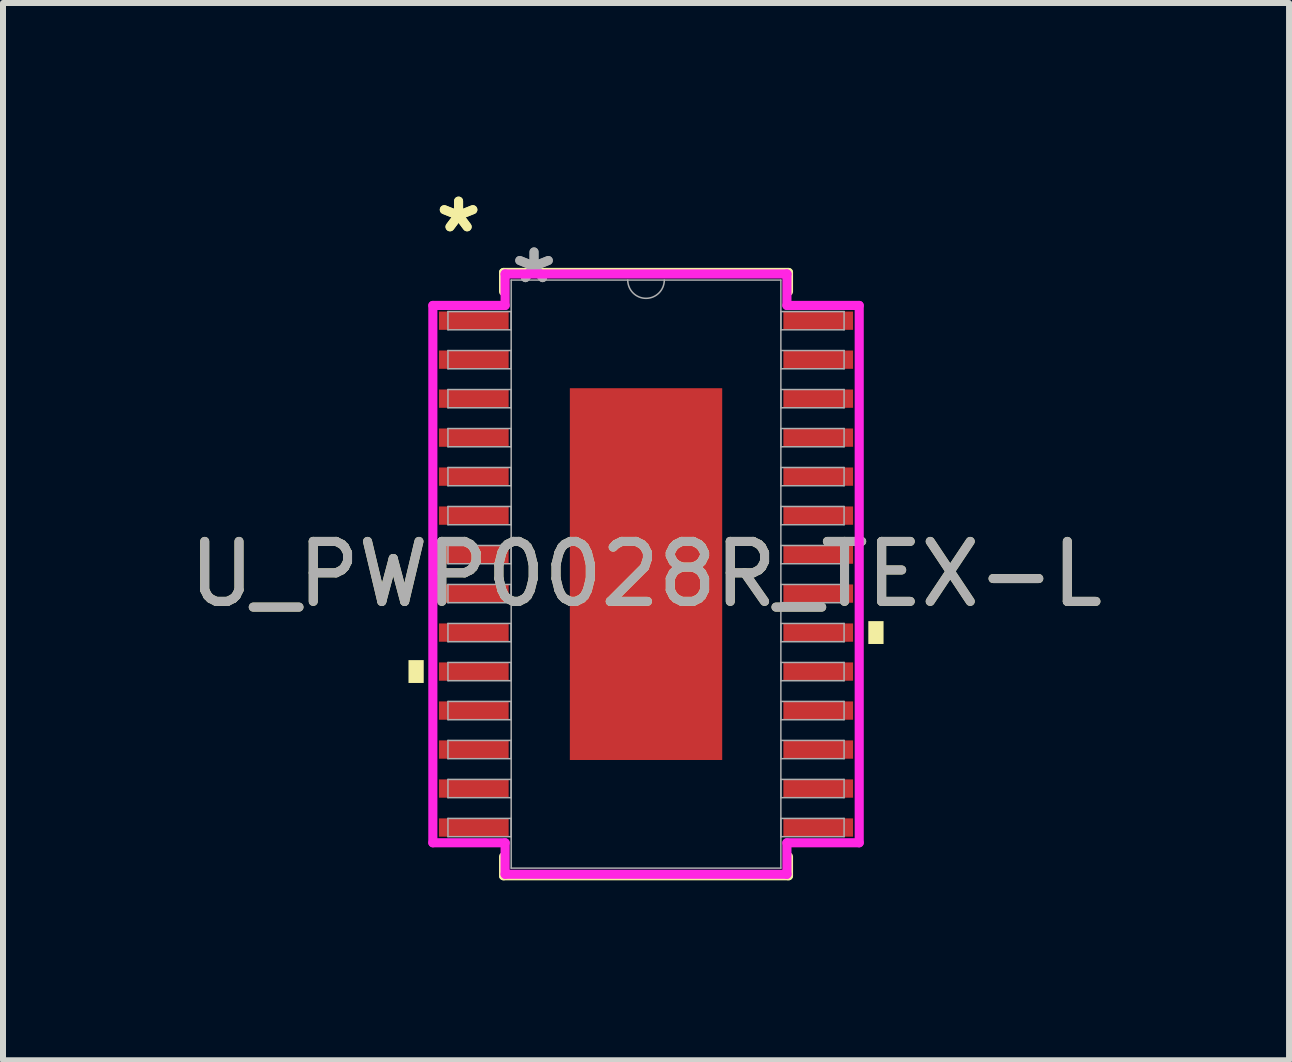
<source format=kicad_pcb>
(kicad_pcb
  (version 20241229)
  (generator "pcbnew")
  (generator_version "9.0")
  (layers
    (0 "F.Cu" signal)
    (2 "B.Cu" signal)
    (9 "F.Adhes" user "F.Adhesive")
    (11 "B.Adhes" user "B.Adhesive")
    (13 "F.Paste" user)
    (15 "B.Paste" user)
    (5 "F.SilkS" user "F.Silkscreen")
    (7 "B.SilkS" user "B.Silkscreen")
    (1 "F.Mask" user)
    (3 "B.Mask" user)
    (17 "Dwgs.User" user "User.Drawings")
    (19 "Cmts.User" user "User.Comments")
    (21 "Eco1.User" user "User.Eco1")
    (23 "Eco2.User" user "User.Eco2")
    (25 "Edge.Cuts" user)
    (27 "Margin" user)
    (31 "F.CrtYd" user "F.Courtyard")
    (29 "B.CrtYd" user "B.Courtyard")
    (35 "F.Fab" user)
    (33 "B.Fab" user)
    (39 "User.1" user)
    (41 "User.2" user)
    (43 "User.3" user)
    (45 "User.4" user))
  (footprint "U_PWP0028R_TEX-L"
    (layer "F.Cu")
    (at 7.72 6.521)
    (property "Reference" "U_PWP0028R_TEX-L" (at 0 0 0) (unlocked yes) (layer "F.SilkS") (effects (font (size 1 1) (thickness 0.15))))
    (attr smd)
    (fp_line (start -2.375 -5.029) (end -2.375 -4.71) (stroke (width 0.152) (type solid)) (layer "F.SilkS"))
    (fp_line (start -2.375 4.71) (end -2.375 5.029) (stroke (width 0.152) (type solid)) (layer "F.SilkS"))
    (fp_line (start -2.375 5.029) (end 2.375 5.029) (stroke (width 0.152) (type solid)) (layer "F.SilkS"))
    (fp_line (start 2.375 -5.029) (end -2.375 -5.029) (stroke (width 0.152) (type solid)) (layer "F.SilkS"))
    (fp_line (start 2.375 -4.71) (end 2.375 -5.029) (stroke (width 0.152) (type solid)) (layer "F.SilkS"))
    (fp_line (start 2.375 5.029) (end 2.375 4.71) (stroke (width 0.152) (type solid)) (layer "F.SilkS"))
    (fp_poly (pts (xy -3.96 1.434) (xy -3.96 1.815) (xy -3.706 1.815) (xy -3.706 1.434)) (stroke (width 0) (type solid)) (fill yes) (layer "F.SilkS"))
    (fp_poly (pts (xy 3.96 0.784) (xy 3.96 1.165) (xy 3.706 1.165) (xy 3.706 0.784)) (stroke (width 0) (type solid)) (fill yes) (layer "F.SilkS"))
    (fp_poly (pts (xy -1.17 -2.999) (xy -1.17 -1.649) (xy -0.1 -1.649) (xy -0.1 -2.999)) (stroke (width 0) (type solid)) (fill yes) (layer "F.Paste"))
    (fp_poly (pts (xy -1.17 -1.449) (xy -1.17 -0.1) (xy -0.1 -0.1) (xy -0.1 -1.449)) (stroke (width 0) (type solid)) (fill yes) (layer "F.Paste"))
    (fp_poly (pts (xy -1.17 0.1) (xy -1.17 1.449) (xy -0.1 1.449) (xy -0.1 0.1)) (stroke (width 0) (type solid)) (fill yes) (layer "F.Paste"))
    (fp_poly (pts (xy -1.17 1.649) (xy -1.17 2.999) (xy -0.1 2.999) (xy -0.1 1.649)) (stroke (width 0) (type solid)) (fill yes) (layer "F.Paste"))
    (fp_poly (pts (xy 0.1 -2.999) (xy 0.1 -1.649) (xy 1.17 -1.649) (xy 1.17 -2.999)) (stroke (width 0) (type solid)) (fill yes) (layer "F.Paste"))
    (fp_poly (pts (xy 0.1 -1.449) (xy 0.1 -0.1) (xy 1.17 -0.1) (xy 1.17 -1.449)) (stroke (width 0) (type solid)) (fill yes) (layer "F.Paste"))
    (fp_poly (pts (xy 0.1 0.1) (xy 0.1 1.449) (xy 1.17 1.449) (xy 1.17 0.1)) (stroke (width 0) (type solid)) (fill yes) (layer "F.Paste"))
    (fp_poly (pts (xy 0.1 1.649) (xy 0.1 2.999) (xy 1.17 2.999) (xy 1.17 1.649)) (stroke (width 0) (type solid)) (fill yes) (layer "F.Paste"))
    (fp_line (start -3.554 -4.479) (end -2.349 -4.479) (stroke (width 0.152) (type solid)) (layer "F.CrtYd"))
    (fp_line (start -3.554 4.479) (end -3.554 -4.479) (stroke (width 0.152) (type solid)) (layer "F.CrtYd"))
    (fp_line (start -3.554 4.479) (end -2.349 4.479) (stroke (width 0.152) (type solid)) (layer "F.CrtYd"))
    (fp_line (start -2.349 -5.004) (end 2.349 -5.004) (stroke (width 0.152) (type solid)) (layer "F.CrtYd"))
    (fp_line (start -2.349 -4.479) (end -2.349 -5.004) (stroke (width 0.152) (type solid)) (layer "F.CrtYd"))
    (fp_line (start -2.349 5.004) (end -2.349 4.479) (stroke (width 0.152) (type solid)) (layer "F.CrtYd"))
    (fp_line (start 2.349 -5.004) (end 2.349 -4.479) (stroke (width 0.152) (type solid)) (layer "F.CrtYd"))
    (fp_line (start 2.349 4.479) (end 2.349 5.004) (stroke (width 0.152) (type solid)) (layer "F.CrtYd"))
    (fp_line (start 2.349 5.004) (end -2.349 5.004) (stroke (width 0.152) (type solid)) (layer "F.CrtYd"))
    (fp_line (start 3.554 -4.479) (end 2.349 -4.479) (stroke (width 0.152) (type solid)) (layer "F.CrtYd"))
    (fp_line (start 3.554 -4.479) (end 3.554 4.479) (stroke (width 0.152) (type solid)) (layer "F.CrtYd"))
    (fp_line (start 3.554 4.479) (end 2.349 4.479) (stroke (width 0.152) (type solid)) (layer "F.CrtYd"))
    (fp_line (start -3.302 -4.377) (end -3.302 -4.073) (stroke (width 0.025) (type solid)) (layer "F.Fab"))
    (fp_line (start -3.302 -4.073) (end -2.248 -4.073) (stroke (width 0.025) (type solid)) (layer "F.Fab"))
    (fp_line (start -3.302 -3.727) (end -3.302 -3.423) (stroke (width 0.025) (type solid)) (layer "F.Fab"))
    (fp_line (start -3.302 -3.423) (end -2.248 -3.423) (stroke (width 0.025) (type solid)) (layer "F.Fab"))
    (fp_line (start -3.302 -3.077) (end -3.302 -2.773) (stroke (width 0.025) (type solid)) (layer "F.Fab"))
    (fp_line (start -3.302 -2.773) (end -2.248 -2.773) (stroke (width 0.025) (type solid)) (layer "F.Fab"))
    (fp_line (start -3.302 -2.427) (end -3.302 -2.123) (stroke (width 0.025) (type solid)) (layer "F.Fab"))
    (fp_line (start -3.302 -2.123) (end -2.248 -2.123) (stroke (width 0.025) (type solid)) (layer "F.Fab"))
    (fp_line (start -3.302 -1.777) (end -3.302 -1.473) (stroke (width 0.025) (type solid)) (layer "F.Fab"))
    (fp_line (start -3.302 -1.473) (end -2.248 -1.473) (stroke (width 0.025) (type solid)) (layer "F.Fab"))
    (fp_line (start -3.302 -1.127) (end -3.302 -0.823) (stroke (width 0.025) (type solid)) (layer "F.Fab"))
    (fp_line (start -3.302 -0.823) (end -2.248 -0.823) (stroke (width 0.025) (type solid)) (layer "F.Fab"))
    (fp_line (start -3.302 -0.477) (end -3.302 -0.173) (stroke (width 0.025) (type solid)) (layer "F.Fab"))
    (fp_line (start -3.302 -0.173) (end -2.248 -0.173) (stroke (width 0.025) (type solid)) (layer "F.Fab"))
    (fp_line (start -3.302 0.173) (end -3.302 0.477) (stroke (width 0.025) (type solid)) (layer "F.Fab"))
    (fp_line (start -3.302 0.477) (end -2.248 0.477) (stroke (width 0.025) (type solid)) (layer "F.Fab"))
    (fp_line (start -3.302 0.823) (end -3.302 1.127) (stroke (width 0.025) (type solid)) (layer "F.Fab"))
    (fp_line (start -3.302 1.127) (end -2.248 1.127) (stroke (width 0.025) (type solid)) (layer "F.Fab"))
    (fp_line (start -3.302 1.473) (end -3.302 1.777) (stroke (width 0.025) (type solid)) (layer "F.Fab"))
    (fp_line (start -3.302 1.777) (end -2.248 1.777) (stroke (width 0.025) (type solid)) (layer "F.Fab"))
    (fp_line (start -3.302 2.123) (end -3.302 2.427) (stroke (width 0.025) (type solid)) (layer "F.Fab"))
    (fp_line (start -3.302 2.427) (end -2.248 2.427) (stroke (width 0.025) (type solid)) (layer "F.Fab"))
    (fp_line (start -3.302 2.773) (end -3.302 3.077) (stroke (width 0.025) (type solid)) (layer "F.Fab"))
    (fp_line (start -3.302 3.077) (end -2.248 3.077) (stroke (width 0.025) (type solid)) (layer "F.Fab"))
    (fp_line (start -3.302 3.423) (end -3.302 3.727) (stroke (width 0.025) (type solid)) (layer "F.Fab"))
    (fp_line (start -3.302 3.727) (end -2.248 3.727) (stroke (width 0.025) (type solid)) (layer "F.Fab"))
    (fp_line (start -3.302 4.073) (end -3.302 4.377) (stroke (width 0.025) (type solid)) (layer "F.Fab"))
    (fp_line (start -3.302 4.377) (end -2.248 4.377) (stroke (width 0.025) (type solid)) (layer "F.Fab"))
    (fp_line (start -2.248 -4.902) (end -2.248 4.902) (stroke (width 0.025) (type solid)) (layer "F.Fab"))
    (fp_line (start -2.248 -4.377) (end -3.302 -4.377) (stroke (width 0.025) (type solid)) (layer "F.Fab"))
    (fp_line (start -2.248 -4.073) (end -2.248 -4.377) (stroke (width 0.025) (type solid)) (layer "F.Fab"))
    (fp_line (start -2.248 -3.727) (end -3.302 -3.727) (stroke (width 0.025) (type solid)) (layer "F.Fab"))
    (fp_line (start -2.248 -3.423) (end -2.248 -3.727) (stroke (width 0.025) (type solid)) (layer "F.Fab"))
    (fp_line (start -2.248 -3.077) (end -3.302 -3.077) (stroke (width 0.025) (type solid)) (layer "F.Fab"))
    (fp_line (start -2.248 -2.773) (end -2.248 -3.077) (stroke (width 0.025) (type solid)) (layer "F.Fab"))
    (fp_line (start -2.248 -2.427) (end -3.302 -2.427) (stroke (width 0.025) (type solid)) (layer "F.Fab"))
    (fp_line (start -2.248 -2.123) (end -2.248 -2.427) (stroke (width 0.025) (type solid)) (layer "F.Fab"))
    (fp_line (start -2.248 -1.777) (end -3.302 -1.777) (stroke (width 0.025) (type solid)) (layer "F.Fab"))
    (fp_line (start -2.248 -1.473) (end -2.248 -1.777) (stroke (width 0.025) (type solid)) (layer "F.Fab"))
    (fp_line (start -2.248 -1.127) (end -3.302 -1.127) (stroke (width 0.025) (type solid)) (layer "F.Fab"))
    (fp_line (start -2.248 -0.823) (end -2.248 -1.127) (stroke (width 0.025) (type solid)) (layer "F.Fab"))
    (fp_line (start -2.248 -0.477) (end -3.302 -0.477) (stroke (width 0.025) (type solid)) (layer "F.Fab"))
    (fp_line (start -2.248 -0.173) (end -2.248 -0.477) (stroke (width 0.025) (type solid)) (layer "F.Fab"))
    (fp_line (start -2.248 0.173) (end -3.302 0.173) (stroke (width 0.025) (type solid)) (layer "F.Fab"))
    (fp_line (start -2.248 0.477) (end -2.248 0.173) (stroke (width 0.025) (type solid)) (layer "F.Fab"))
    (fp_line (start -2.248 0.823) (end -3.302 0.823) (stroke (width 0.025) (type solid)) (layer "F.Fab"))
    (fp_line (start -2.248 1.127) (end -2.248 0.823) (stroke (width 0.025) (type solid)) (layer "F.Fab"))
    (fp_line (start -2.248 1.473) (end -3.302 1.473) (stroke (width 0.025) (type solid)) (layer "F.Fab"))
    (fp_line (start -2.248 1.777) (end -2.248 1.473) (stroke (width 0.025) (type solid)) (layer "F.Fab"))
    (fp_line (start -2.248 2.123) (end -3.302 2.123) (stroke (width 0.025) (type solid)) (layer "F.Fab"))
    (fp_line (start -2.248 2.427) (end -2.248 2.123) (stroke (width 0.025) (type solid)) (layer "F.Fab"))
    (fp_line (start -2.248 2.773) (end -3.302 2.773) (stroke (width 0.025) (type solid)) (layer "F.Fab"))
    (fp_line (start -2.248 3.077) (end -2.248 2.773) (stroke (width 0.025) (type solid)) (layer "F.Fab"))
    (fp_line (start -2.248 3.423) (end -3.302 3.423) (stroke (width 0.025) (type solid)) (layer "F.Fab"))
    (fp_line (start -2.248 3.727) (end -2.248 3.423) (stroke (width 0.025) (type solid)) (layer "F.Fab"))
    (fp_line (start -2.248 4.073) (end -3.302 4.073) (stroke (width 0.025) (type solid)) (layer "F.Fab"))
    (fp_line (start -2.248 4.377) (end -2.248 4.073) (stroke (width 0.025) (type solid)) (layer "F.Fab"))
    (fp_line (start -2.248 4.902) (end 2.248 4.902) (stroke (width 0.025) (type solid)) (layer "F.Fab"))
    (fp_line (start 2.248 -4.902) (end -2.248 -4.902) (stroke (width 0.025) (type solid)) (layer "F.Fab"))
    (fp_line (start 2.248 -4.377) (end 2.248 -4.073) (stroke (width 0.025) (type solid)) (layer "F.Fab"))
    (fp_line (start 2.248 -4.073) (end 3.302 -4.073) (stroke (width 0.025) (type solid)) (layer "F.Fab"))
    (fp_line (start 2.248 -3.727) (end 2.248 -3.423) (stroke (width 0.025) (type solid)) (layer "F.Fab"))
    (fp_line (start 2.248 -3.423) (end 3.302 -3.423) (stroke (width 0.025) (type solid)) (layer "F.Fab"))
    (fp_line (start 2.248 -3.077) (end 2.248 -2.773) (stroke (width 0.025) (type solid)) (layer "F.Fab"))
    (fp_line (start 2.248 -2.773) (end 3.302 -2.773) (stroke (width 0.025) (type solid)) (layer "F.Fab"))
    (fp_line (start 2.248 -2.427) (end 2.248 -2.123) (stroke (width 0.025) (type solid)) (layer "F.Fab"))
    (fp_line (start 2.248 -2.123) (end 3.302 -2.123) (stroke (width 0.025) (type solid)) (layer "F.Fab"))
    (fp_line (start 2.248 -1.777) (end 2.248 -1.473) (stroke (width 0.025) (type solid)) (layer "F.Fab"))
    (fp_line (start 2.248 -1.473) (end 3.302 -1.473) (stroke (width 0.025) (type solid)) (layer "F.Fab"))
    (fp_line (start 2.248 -1.127) (end 2.248 -0.823) (stroke (width 0.025) (type solid)) (layer "F.Fab"))
    (fp_line (start 2.248 -0.823) (end 3.302 -0.823) (stroke (width 0.025) (type solid)) (layer "F.Fab"))
    (fp_line (start 2.248 -0.477) (end 2.248 -0.173) (stroke (width 0.025) (type solid)) (layer "F.Fab"))
    (fp_line (start 2.248 -0.173) (end 3.302 -0.173) (stroke (width 0.025) (type solid)) (layer "F.Fab"))
    (fp_line (start 2.248 0.173) (end 2.248 0.477) (stroke (width 0.025) (type solid)) (layer "F.Fab"))
    (fp_line (start 2.248 0.477) (end 3.302 0.477) (stroke (width 0.025) (type solid)) (layer "F.Fab"))
    (fp_line (start 2.248 0.823) (end 2.248 1.127) (stroke (width 0.025) (type solid)) (layer "F.Fab"))
    (fp_line (start 2.248 1.127) (end 3.302 1.127) (stroke (width 0.025) (type solid)) (layer "F.Fab"))
    (fp_line (start 2.248 1.473) (end 2.248 1.777) (stroke (width 0.025) (type solid)) (layer "F.Fab"))
    (fp_line (start 2.248 1.777) (end 3.302 1.777) (stroke (width 0.025) (type solid)) (layer "F.Fab"))
    (fp_line (start 2.248 2.123) (end 2.248 2.427) (stroke (width 0.025) (type solid)) (layer "F.Fab"))
    (fp_line (start 2.248 2.427) (end 3.302 2.427) (stroke (width 0.025) (type solid)) (layer "F.Fab"))
    (fp_line (start 2.248 2.773) (end 2.248 3.077) (stroke (width 0.025) (type solid)) (layer "F.Fab"))
    (fp_line (start 2.248 3.077) (end 3.302 3.077) (stroke (width 0.025) (type solid)) (layer "F.Fab"))
    (fp_line (start 2.248 3.423) (end 2.248 3.727) (stroke (width 0.025) (type solid)) (layer "F.Fab"))
    (fp_line (start 2.248 3.727) (end 3.302 3.727) (stroke (width 0.025) (type solid)) (layer "F.Fab"))
    (fp_line (start 2.248 4.073) (end 2.248 4.377) (stroke (width 0.025) (type solid)) (layer "F.Fab"))
    (fp_line (start 2.248 4.377) (end 3.302 4.377) (stroke (width 0.025) (type solid)) (layer "F.Fab"))
    (fp_line (start 2.248 4.902) (end 2.248 -4.902) (stroke (width 0.025) (type solid)) (layer "F.Fab"))
    (fp_line (start 3.302 -4.377) (end 2.248 -4.377) (stroke (width 0.025) (type solid)) (layer "F.Fab"))
    (fp_line (start 3.302 -4.073) (end 3.302 -4.377) (stroke (width 0.025) (type solid)) (layer "F.Fab"))
    (fp_line (start 3.302 -3.727) (end 2.248 -3.727) (stroke (width 0.025) (type solid)) (layer "F.Fab"))
    (fp_line (start 3.302 -3.423) (end 3.302 -3.727) (stroke (width 0.025) (type solid)) (layer "F.Fab"))
    (fp_line (start 3.302 -3.077) (end 2.248 -3.077) (stroke (width 0.025) (type solid)) (layer "F.Fab"))
    (fp_line (start 3.302 -2.773) (end 3.302 -3.077) (stroke (width 0.025) (type solid)) (layer "F.Fab"))
    (fp_line (start 3.302 -2.427) (end 2.248 -2.427) (stroke (width 0.025) (type solid)) (layer "F.Fab"))
    (fp_line (start 3.302 -2.123) (end 3.302 -2.427) (stroke (width 0.025) (type solid)) (layer "F.Fab"))
    (fp_line (start 3.302 -1.777) (end 2.248 -1.777) (stroke (width 0.025) (type solid)) (layer "F.Fab"))
    (fp_line (start 3.302 -1.473) (end 3.302 -1.777) (stroke (width 0.025) (type solid)) (layer "F.Fab"))
    (fp_line (start 3.302 -1.127) (end 2.248 -1.127) (stroke (width 0.025) (type solid)) (layer "F.Fab"))
    (fp_line (start 3.302 -0.823) (end 3.302 -1.127) (stroke (width 0.025) (type solid)) (layer "F.Fab"))
    (fp_line (start 3.302 -0.477) (end 2.248 -0.477) (stroke (width 0.025) (type solid)) (layer "F.Fab"))
    (fp_line (start 3.302 -0.173) (end 3.302 -0.477) (stroke (width 0.025) (type solid)) (layer "F.Fab"))
    (fp_line (start 3.302 0.173) (end 2.248 0.173) (stroke (width 0.025) (type solid)) (layer "F.Fab"))
    (fp_line (start 3.302 0.477) (end 3.302 0.173) (stroke (width 0.025) (type solid)) (layer "F.Fab"))
    (fp_line (start 3.302 0.823) (end 2.248 0.823) (stroke (width 0.025) (type solid)) (layer "F.Fab"))
    (fp_line (start 3.302 1.127) (end 3.302 0.823) (stroke (width 0.025) (type solid)) (layer "F.Fab"))
    (fp_line (start 3.302 1.473) (end 2.248 1.473) (stroke (width 0.025) (type solid)) (layer "F.Fab"))
    (fp_line (start 3.302 1.777) (end 3.302 1.473) (stroke (width 0.025) (type solid)) (layer "F.Fab"))
    (fp_line (start 3.302 2.123) (end 2.248 2.123) (stroke (width 0.025) (type solid)) (layer "F.Fab"))
    (fp_line (start 3.302 2.427) (end 3.302 2.123) (stroke (width 0.025) (type solid)) (layer "F.Fab"))
    (fp_line (start 3.302 2.773) (end 2.248 2.773) (stroke (width 0.025) (type solid)) (layer "F.Fab"))
    (fp_line (start 3.302 3.077) (end 3.302 2.773) (stroke (width 0.025) (type solid)) (layer "F.Fab"))
    (fp_line (start 3.302 3.423) (end 2.248 3.423) (stroke (width 0.025) (type solid)) (layer "F.Fab"))
    (fp_line (start 3.302 3.727) (end 3.302 3.423) (stroke (width 0.025) (type solid)) (layer "F.Fab"))
    (fp_line (start 3.302 4.073) (end 2.248 4.073) (stroke (width 0.025) (type solid)) (layer "F.Fab"))
    (fp_line (start 3.302 4.377) (end 3.302 4.073) (stroke (width 0.025) (type solid)) (layer "F.Fab"))
    (fp_arc (start 0.3048 -4.9022) (mid 0 -4.5974) (end -0.3048 -4.9022) (stroke (width 0.0254) (type solid)) (layer "F.Fab"))
    (fp_text user "*" (at -3.125 -5.673 0) (layer "F.SilkS") (effects (font (size 1 1) (thickness 0.15))))
    (fp_text user "*" (at -3.125 -5.673 0) (unlocked yes) (layer "F.SilkS") (effects (font (size 1 1) (thickness 0.15))))
    (fp_text user "${REFERENCE}" (at 0 0 0) (unlocked yes) (layer "F.Fab") (effects (font (size 1 1) (thickness 0.15))))
    (fp_text user "*" (at -1.867 -4.826 0) (unlocked yes) (layer "F.Fab") (effects (font (size 1 1) (thickness 0.15))))
    (fp_text user "*" (at -1.867 -4.826 0) (layer "F.Fab") (effects (font (size 1 1) (thickness 0.15))))
    (pad "1" smd rect (at -2.871 -4.225) (size 1.162 0.305) (layers "F.Cu" "F.Mask" "F.Paste"))
    (pad "2" smd rect (at -2.871 -3.575) (size 1.162 0.305) (layers "F.Cu" "F.Mask" "F.Paste"))
    (pad "3" smd rect (at -2.871 -2.925) (size 1.162 0.305) (layers "F.Cu" "F.Mask" "F.Paste"))
    (pad "4" smd rect (at -2.871 -2.275) (size 1.162 0.305) (layers "F.Cu" "F.Mask" "F.Paste"))
    (pad "5" smd rect (at -2.871 -1.625) (size 1.162 0.305) (layers "F.Cu" "F.Mask" "F.Paste"))
    (pad "6" smd rect (at -2.871 -0.975) (size 1.162 0.305) (layers "F.Cu" "F.Mask" "F.Paste"))
    (pad "7" smd rect (at -2.871 -0.325) (size 1.162 0.305) (layers "F.Cu" "F.Mask" "F.Paste"))
    (pad "8" smd rect (at -2.871 0.325) (size 1.162 0.305) (layers "F.Cu" "F.Mask" "F.Paste"))
    (pad "9" smd rect (at -2.871 0.975) (size 1.162 0.305) (layers "F.Cu" "F.Mask" "F.Paste"))
    (pad "10" smd rect (at -2.871 1.625) (size 1.162 0.305) (layers "F.Cu" "F.Mask" "F.Paste"))
    (pad "11" smd rect (at -2.871 2.275) (size 1.162 0.305) (layers "F.Cu" "F.Mask" "F.Paste"))
    (pad "12" smd rect (at -2.871 2.925) (size 1.162 0.305) (layers "F.Cu" "F.Mask" "F.Paste"))
    (pad "13" smd rect (at -2.871 3.575) (size 1.162 0.305) (layers "F.Cu" "F.Mask" "F.Paste"))
    (pad "14" smd rect (at -2.871 4.225) (size 1.162 0.305) (layers "F.Cu" "F.Mask" "F.Paste"))
    (pad "15" smd rect (at 2.871 4.225) (size 1.162 0.305) (layers "F.Cu" "F.Mask" "F.Paste"))
    (pad "16" smd rect (at 2.871 3.575) (size 1.162 0.305) (layers "F.Cu" "F.Mask" "F.Paste"))
    (pad "17" smd rect (at 2.871 2.925) (size 1.162 0.305) (layers "F.Cu" "F.Mask" "F.Paste"))
    (pad "18" smd rect (at 2.871 2.275) (size 1.162 0.305) (layers "F.Cu" "F.Mask" "F.Paste"))
    (pad "19" smd rect (at 2.871 1.625) (size 1.162 0.305) (layers "F.Cu" "F.Mask" "F.Paste"))
    (pad "20" smd rect (at 2.871 0.975) (size 1.162 0.305) (layers "F.Cu" "F.Mask" "F.Paste"))
    (pad "21" smd rect (at 2.871 0.325) (size 1.162 0.305) (layers "F.Cu" "F.Mask" "F.Paste"))
    (pad "22" smd rect (at 2.871 -0.325) (size 1.162 0.305) (layers "F.Cu" "F.Mask" "F.Paste"))
    (pad "23" smd rect (at 2.871 -0.975) (size 1.162 0.305) (layers "F.Cu" "F.Mask" "F.Paste"))
    (pad "24" smd rect (at 2.871 -1.625) (size 1.162 0.305) (layers "F.Cu" "F.Mask" "F.Paste"))
    (pad "25" smd rect (at 2.871 -2.275) (size 1.162 0.305) (layers "F.Cu" "F.Mask" "F.Paste"))
    (pad "26" smd rect (at 2.871 -2.925) (size 1.162 0.305) (layers "F.Cu" "F.Mask" "F.Paste"))
    (pad "27" smd rect (at 2.871 -3.575) (size 1.162 0.305) (layers "F.Cu" "F.Mask" "F.Paste"))
    (pad "28" smd rect (at 2.871 -4.225) (size 1.162 0.305) (layers "F.Cu" "F.Mask" "F.Paste"))
    (pad "EPAD" smd rect (at 0 0) (size 2.54 6.198) (layers "F.Cu" "F.Mask")))
  (gr_rect
    (start -3 -3)
    (end 18.44 14.626)
    (stroke (width 0.1) (type default))
    (fill no)
    (layer "Edge.Cuts")))
</source>
